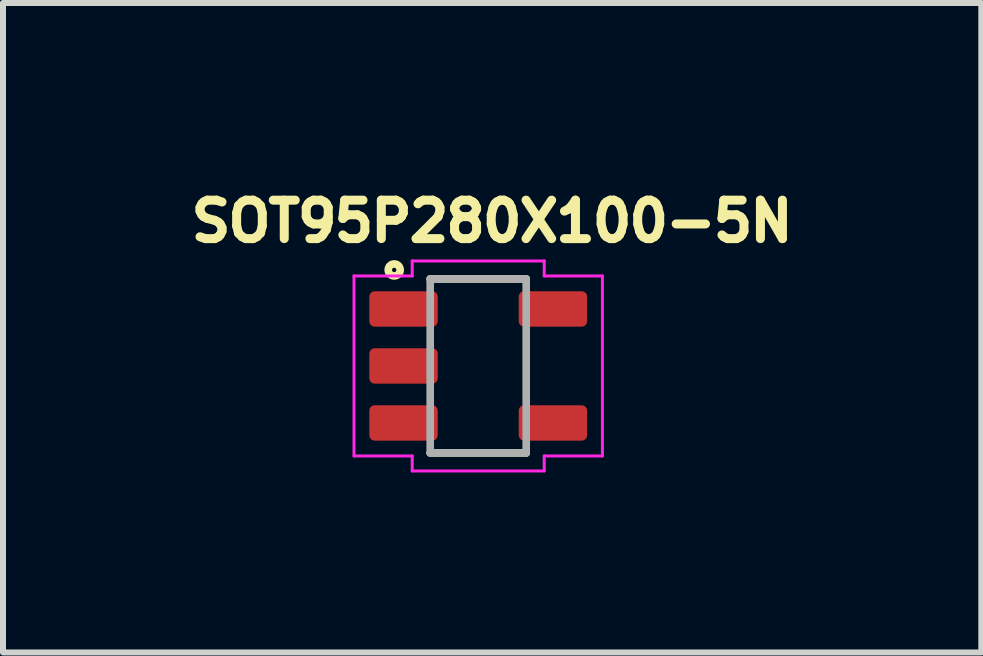
<source format=kicad_pcb>
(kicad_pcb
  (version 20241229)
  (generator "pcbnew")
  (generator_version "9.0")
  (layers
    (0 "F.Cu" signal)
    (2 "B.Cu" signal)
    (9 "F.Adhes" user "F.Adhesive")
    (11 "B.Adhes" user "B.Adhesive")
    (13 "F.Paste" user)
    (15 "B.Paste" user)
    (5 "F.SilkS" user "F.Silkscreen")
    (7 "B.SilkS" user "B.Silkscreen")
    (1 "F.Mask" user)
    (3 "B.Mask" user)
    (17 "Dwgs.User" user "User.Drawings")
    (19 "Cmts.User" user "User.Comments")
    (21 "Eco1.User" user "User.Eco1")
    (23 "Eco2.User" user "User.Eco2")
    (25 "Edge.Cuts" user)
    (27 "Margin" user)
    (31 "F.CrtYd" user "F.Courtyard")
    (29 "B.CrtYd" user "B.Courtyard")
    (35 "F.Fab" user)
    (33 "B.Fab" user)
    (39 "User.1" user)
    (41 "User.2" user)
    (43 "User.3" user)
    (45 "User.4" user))
  (footprint "SOT95P280X100-5N"
    (layer "F.Cu")
    (at 4.92 3.049)
    (property "Reference" "SOT95P280X100-5N" (at 0.232 -2.411 0) (layer "F.SilkS") (effects (font (size 0.641 0.641) (thickness 0.15))))
    (attr through_hole)
    (fp_line (start -0.8 -1.45) (end 0.8 -1.45) (stroke (width 0.127) (type solid)) (layer "F.SilkS"))
    (fp_line (start 0.8 1.45) (end -0.8 1.45) (stroke (width 0.127) (type solid)) (layer "F.SilkS"))
    (fp_circle (center -1.4 -1.6) (end -1.3 -1.6) (stroke (width 0.127) (type solid)) (fill no) (layer "F.SilkS"))
    (fp_line (start -2.07 -1.5) (end -1.1 -1.5) (stroke (width 0.05) (type solid)) (layer "F.CrtYd"))
    (fp_line (start -2.07 1.5) (end -2.07 -1.5) (stroke (width 0.05) (type solid)) (layer "F.CrtYd"))
    (fp_line (start -1.1 -1.75) (end 1.1 -1.75) (stroke (width 0.05) (type solid)) (layer "F.CrtYd"))
    (fp_line (start -1.1 -1.5) (end -1.1 -1.75) (stroke (width 0.05) (type solid)) (layer "F.CrtYd"))
    (fp_line (start -1.1 1.5) (end -2.07 1.5) (stroke (width 0.05) (type solid)) (layer "F.CrtYd"))
    (fp_line (start -1.1 1.75) (end -1.1 1.5) (stroke (width 0.05) (type solid)) (layer "F.CrtYd"))
    (fp_line (start 1.1 -1.75) (end 1.1 -1.5) (stroke (width 0.05) (type solid)) (layer "F.CrtYd"))
    (fp_line (start 1.1 -1.5) (end 2.07 -1.5) (stroke (width 0.05) (type solid)) (layer "F.CrtYd"))
    (fp_line (start 1.1 1.5) (end 1.1 1.75) (stroke (width 0.05) (type solid)) (layer "F.CrtYd"))
    (fp_line (start 1.1 1.75) (end -1.1 1.75) (stroke (width 0.05) (type solid)) (layer "F.CrtYd"))
    (fp_line (start 2.07 -1.5) (end 2.07 1.5) (stroke (width 0.05) (type solid)) (layer "F.CrtYd"))
    (fp_line (start 2.07 1.5) (end 1.1 1.5) (stroke (width 0.05) (type solid)) (layer "F.CrtYd"))
    (fp_line (start -0.8 -1.45) (end 0.8 -1.45) (stroke (width 0.127) (type solid)) (layer "F.Fab"))
    (fp_line (start -0.8 1.45) (end -0.8 -1.45) (stroke (width 0.127) (type solid)) (layer "F.Fab"))
    (fp_line (start 0.8 -1.45) (end 0.8 1.45) (stroke (width 0.127) (type solid)) (layer "F.Fab"))
    (fp_line (start 0.8 1.45) (end -0.8 1.45) (stroke (width 0.127) (type solid)) (layer "F.Fab"))
    (pad "1" smd roundrect (at -1.245 -0.95) (size 1.14 0.59) (layers "F.Cu" "F.Mask" "F.Paste") (roundrect_rratio 0.15))
    (pad "2" smd roundrect (at -1.245 0) (size 1.14 0.59) (layers "F.Cu" "F.Mask" "F.Paste") (roundrect_rratio 0.15))
    (pad "3" smd roundrect (at -1.245 0.95) (size 1.14 0.59) (layers "F.Cu" "F.Mask" "F.Paste") (roundrect_rratio 0.15))
    (pad "4" smd roundrect (at 1.245 0.95 180) (size 1.14 0.59) (layers "F.Cu" "F.Mask" "F.Paste") (roundrect_rratio 0.15))
    (pad "5" smd roundrect (at 1.245 -0.95 180) (size 1.14 0.59) (layers "F.Cu" "F.Mask" "F.Paste") (roundrect_rratio 0.15)))
  (gr_rect
    (start -3 -3)
    (end 13.305 7.824)
    (stroke (width 0.1) (type default))
    (fill no)
    (layer "Edge.Cuts")))
</source>
